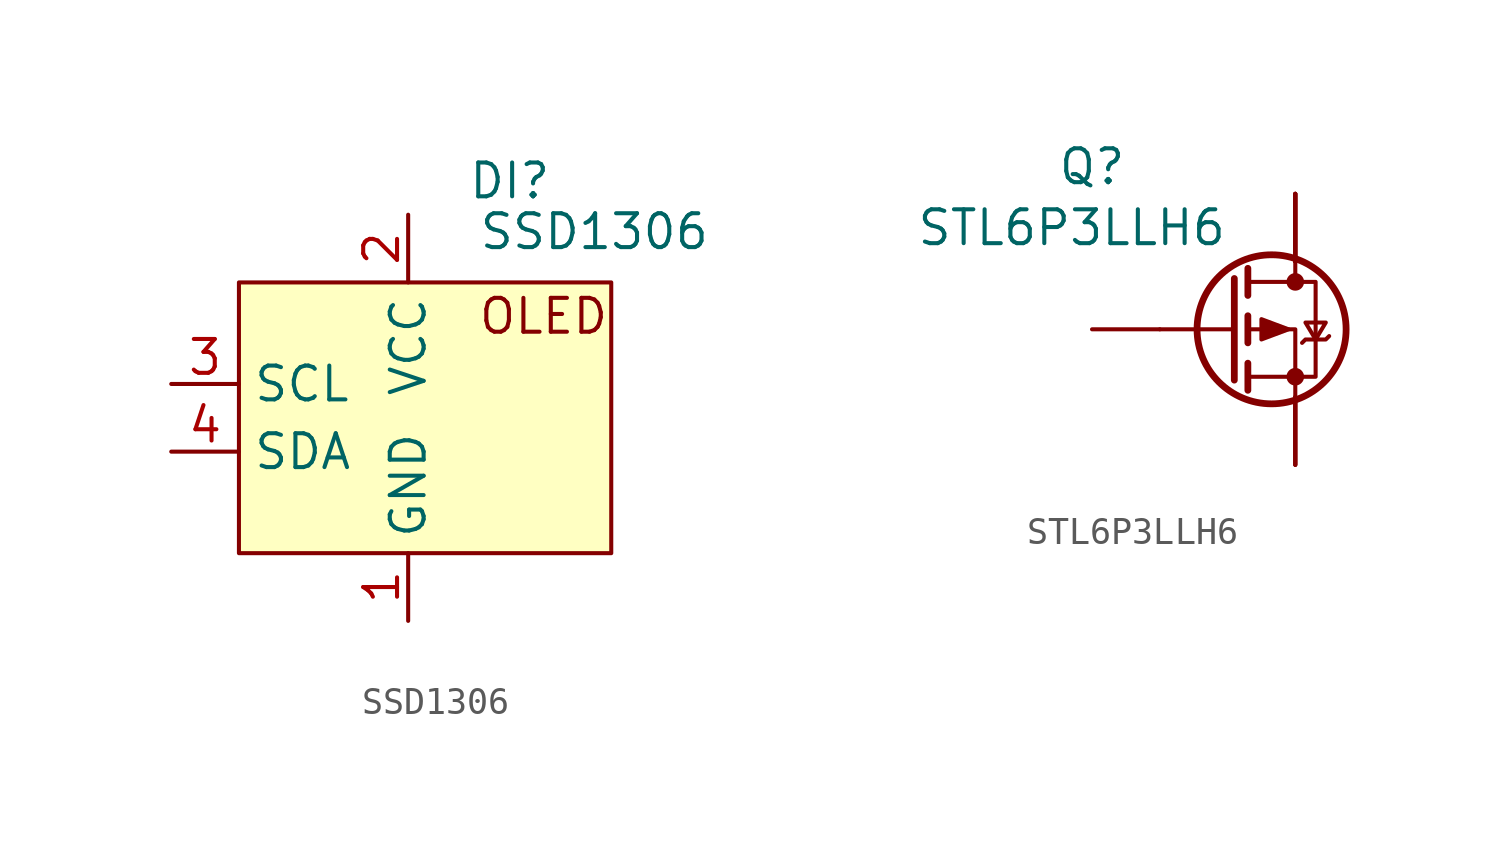
<source format=kicad_sym>
(kicad_symbol_lib
  (version 20231120)
  (generator "kicad_symbol_editor")
  (generator_version "8.0")
  (symbol "SSD1306"
    (property "Reference" "DI"
      (at 3.81 7.62 0)
      (effects (font (size 1.27 1.27))))
    (property "Value" "SSD1306"
      (at 6.985 5.715 0)
      (effects (font (size 1.27 1.27))))
    (symbol "SSD1306_1_1"
      (rectangle (start -6.35 3.81) (end 7.62 -6.35) (stroke (width 0) (type default)) (fill (type background)))
      (text "OLED" (at 5.08 2.54 0) (effects (font (size 1.27 1.27))))
      (pin power_in line (at 0 -8.89 90) (length 2.54) (name "GND" (effects (font (size 1.27 1.27)))) (number "1" (effects (font (size 1.27 1.27)))))
      (pin power_in line (at 0 6.35 270) (length 2.54) (name "VCC" (effects (font (size 1.27 1.27)))) (number "2" (effects (font (size 1.27 1.27)))))
      (pin input line (at -8.89 0 0) (length 2.54) (name "SCL" (effects (font (size 1.27 1.27)))) (number "3" (effects (font (size 1.27 1.27)))))
      (pin bidirectional line (at -8.89 -2.54 0) (length 2.54) (name "SDA" (effects (font (size 1.27 1.27)))) (number "4" (effects (font (size 1.27 1.27)))))))
  (symbol "STL6P3LLH6"
    (pin_numbers hide)
    (pin_names hide)
    (property "Reference" "Q"
      (at -6.35 6.096 0)
      (effects (font (size 1.27 1.27))))
    (property "Value" "STL6P3LLH6"
      (at -7.112 3.81 0)
      (effects (font (size 1.27 1.27))))
    (symbol "STL6P3LLH6_0_1"
      (polyline (pts (xy -1.016 0) (xy -3.81 0)) (stroke (width 0) (type default)) (fill (type none)))
      (polyline (pts (xy -1.016 1.905) (xy -1.016 -1.905)) (stroke (width 0.254) (type default)) (fill (type none)))
      (polyline (pts (xy -0.508 -1.27) (xy -0.508 -2.286)) (stroke (width 0.254) (type default)) (fill (type none)))
      (polyline (pts (xy -0.508 0.508) (xy -0.508 -0.508)) (stroke (width 0.254) (type default)) (fill (type none)))
      (polyline (pts (xy -0.508 2.286) (xy -0.508 1.27)) (stroke (width 0.254) (type default)) (fill (type none)))
      (polyline (pts (xy 1.27 2.54) (xy 1.27 1.778)) (stroke (width 0) (type default)) (fill (type none)))
      (polyline (pts (xy 1.27 -2.54) (xy 1.27 0) (xy -0.508 0)) (stroke (width 0) (type default)) (fill (type none)))
      (polyline (pts (xy -0.508 1.778) (xy 2.032 1.778) (xy 2.032 -1.778) (xy -0.508 -1.778)) (stroke (width 0) (type default)) (fill (type none)))
      (polyline (pts (xy 1.016 0) (xy 0 0.381) (xy 0 -0.381) (xy 1.016 0)) (stroke (width 0) (type default)) (fill (type outline)))
      (polyline (pts (xy 1.524 -0.508) (xy 1.651 -0.381) (xy 2.413 -0.381) (xy 2.54 -0.254)) (stroke (width 0) (type default)) (fill (type none)))
      (polyline (pts (xy 2.032 -0.381) (xy 1.651 0.254) (xy 2.413 0.254) (xy 2.032 -0.381)) (stroke (width 0) (type default)) (fill (type none)))
      (circle (center 0.381 0) (radius 2.794) (stroke (width 0.254) (type default)) (fill (type none)))
      (circle (center 1.27 -1.778) (radius 0.254) (stroke (width 0) (type default)) (fill (type outline)))
      (circle (center 1.27 1.778) (radius 0.254) (stroke (width 0) (type default)) (fill (type outline))))
    (symbol "STL6P3LLH6_1_1"
      (pin passive line (at 1.27 -5.08 90) (length 2.54) (name "S" (effects (font (size 1.27 1.27)))) (number "1" (effects (font (size 1.27 1.27)))))
      (pin passive line (at 1.27 -5.08 90) (length 2.54) (name "S" (effects (font (size 1.27 1.27)))) (number "2" (effects (font (size 1.27 1.27)))))
      (pin passive line (at 1.27 -5.08 90) (length 2.54) (name "S" (effects (font (size 1.27 1.27)))) (number "3" (effects (font (size 1.27 1.27)))))
      (pin input line (at -6.35 0 0) (length 2.54) (name "G" (effects (font (size 1.27 1.27)))) (number "4" (effects (font (size 1.27 1.27)))))
      (pin passive line (at 1.27 5.08 270) (length 2.54) (name "D" (effects (font (size 1.27 1.27)))) (number "5" (effects (font (size 1.27 1.27)))))
      (pin passive line (at 1.27 5.08 270) (length 2.54) (name "D" (effects (font (size 1.27 1.27)))) (number "6" (effects (font (size 1.27 1.27)))))
      (pin passive line (at 1.27 5.08 270) (length 2.54) (name "D" (effects (font (size 1.27 1.27)))) (number "7" (effects (font (size 1.27 1.27)))))
      (pin passive line (at 1.27 5.08 270) (length 2.54) (name "D" (effects (font (size 1.27 1.27)))) (number "8" (effects (font (size 1.27 1.27))))))))
</source>
